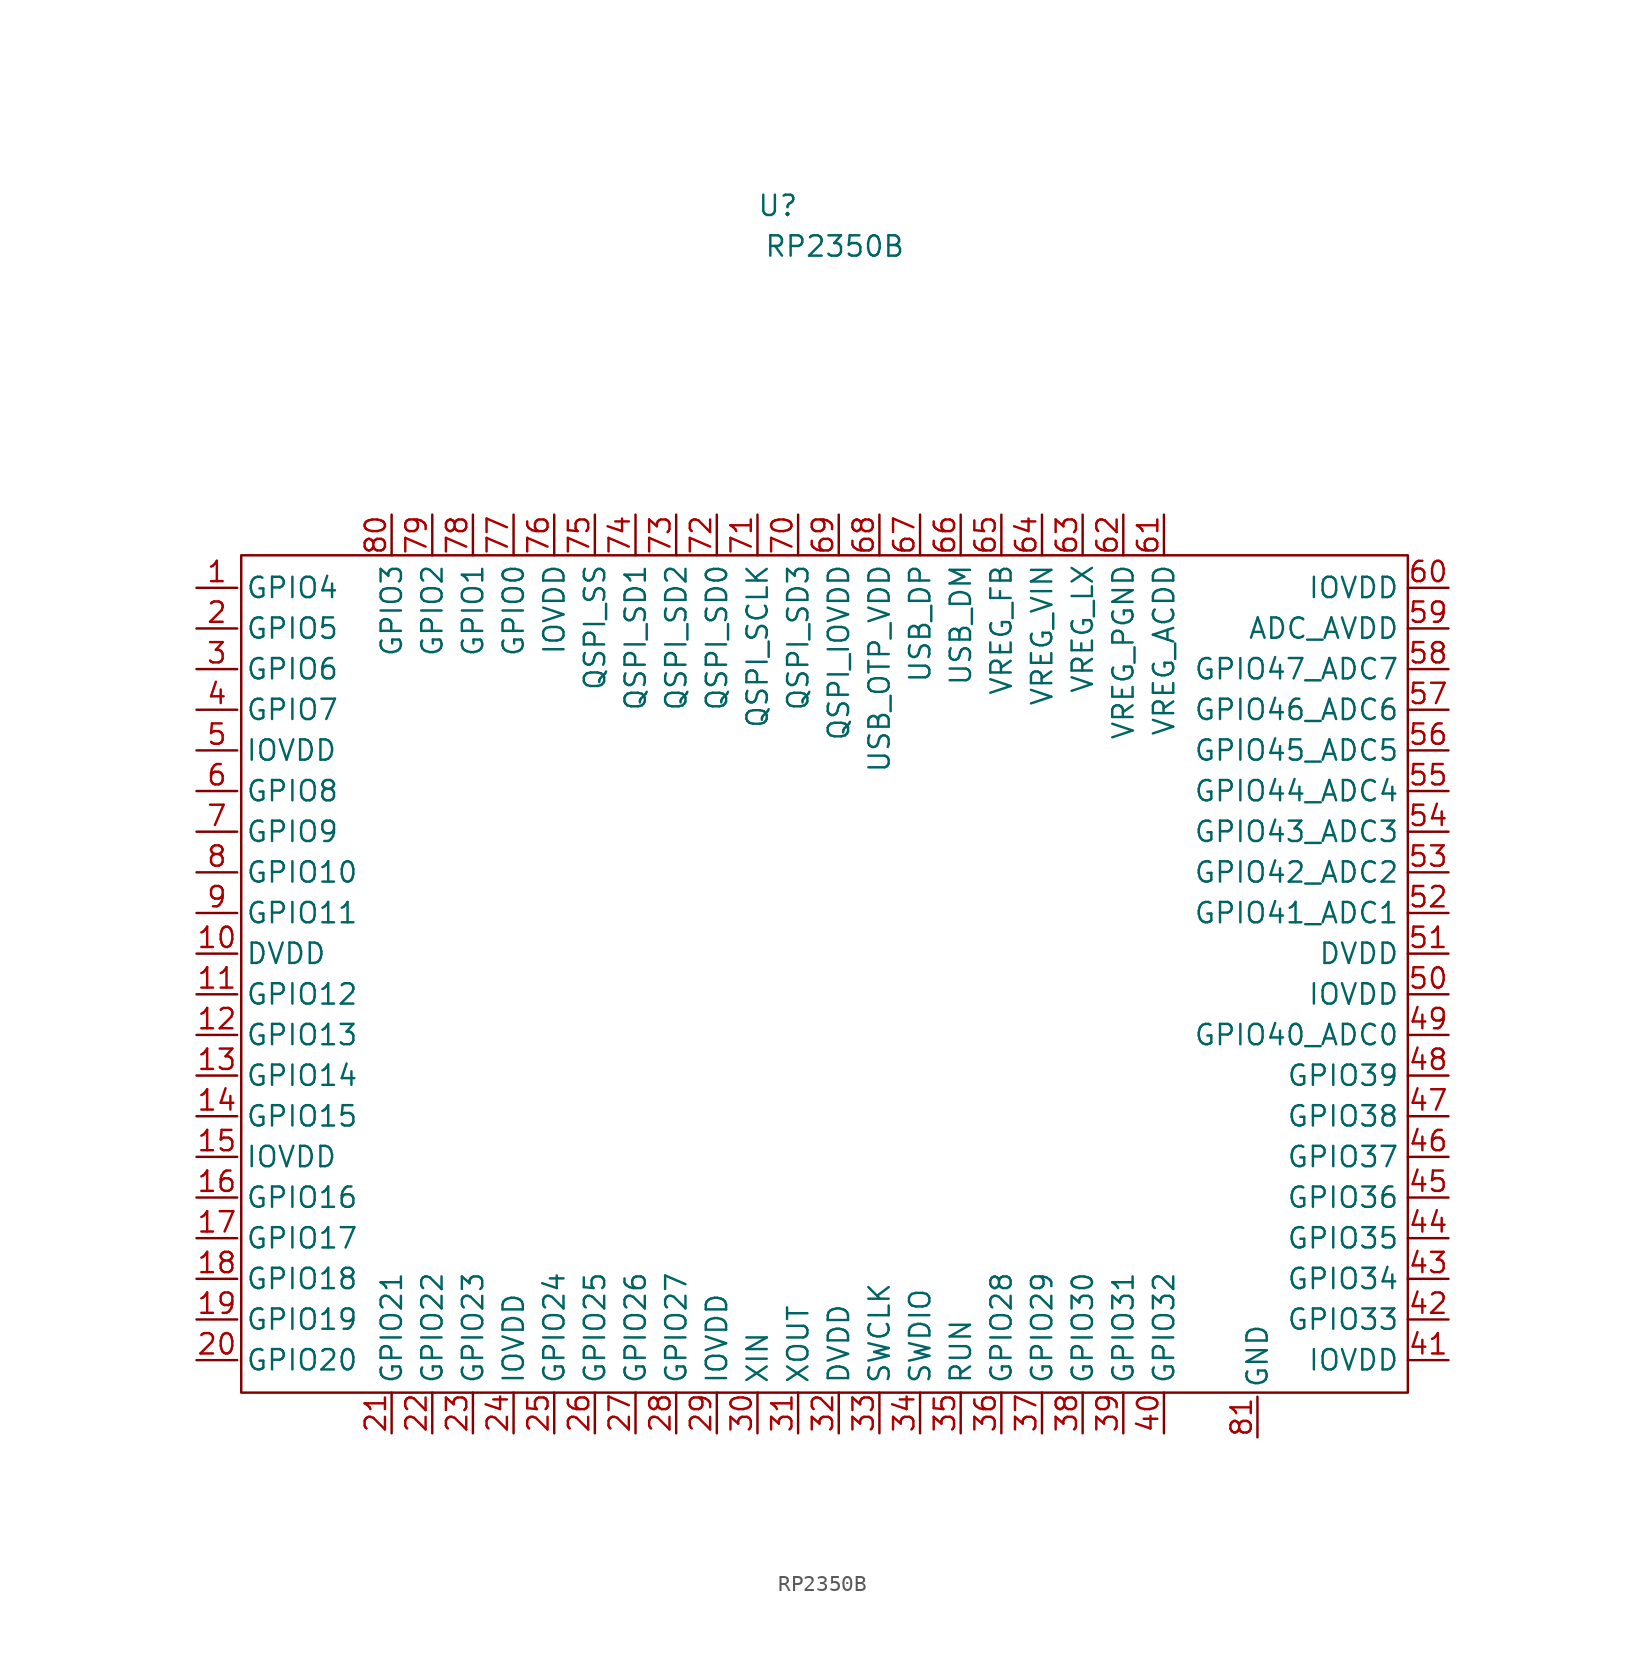
<source format=kicad_sym>
(kicad_symbol_lib
  (version 20231120)
  (generator "kicad_symbol_editor")
  (generator_version "8.0")
  (symbol "RP2350B"
    (property "Reference" "U"
      (at -2.032 45.212 0)
      (effects (font (size 1.27 1.27))))
    (property "Value" "RP2350B"
      (at 1.524 42.672 0)
      (effects (font (size 1.27 1.27))))
    (symbol "RP2350B_0_0"
      (pin bidirectional line (at -38.354 21.336 0) (length 2.54) (name "GPIO4" (effects (font (size 1.27 1.27)))) (number "1" (effects (font (size 1.27 1.27)))))
      (pin power_in line (at -38.354 -1.524 0) (length 2.54) (name "DVDD" (effects (font (size 1.27 1.27)))) (number "10" (effects (font (size 1.27 1.27)))))
      (pin bidirectional line (at -38.354 -4.064 0) (length 2.54) (name "GPIO12" (effects (font (size 1.27 1.27)))) (number "11" (effects (font (size 1.27 1.27)))))
      (pin bidirectional line (at -38.354 -6.604 0) (length 2.54) (name "GPIO13" (effects (font (size 1.27 1.27)))) (number "12" (effects (font (size 1.27 1.27)))))
      (pin bidirectional line (at -38.354 -9.144 0) (length 2.54) (name "GPIO14" (effects (font (size 1.27 1.27)))) (number "13" (effects (font (size 1.27 1.27)))))
      (pin bidirectional line (at -38.354 -11.684 0) (length 2.54) (name "GPIO15" (effects (font (size 1.27 1.27)))) (number "14" (effects (font (size 1.27 1.27)))))
      (pin power_in line (at -38.354 -14.224 0) (length 2.54) (name "IOVDD" (effects (font (size 1.27 1.27)))) (number "15" (effects (font (size 1.27 1.27)))))
      (pin bidirectional line (at -38.354 -16.764 0) (length 2.54) (name "GPIO16" (effects (font (size 1.27 1.27)))) (number "16" (effects (font (size 1.27 1.27)))))
      (pin bidirectional line (at -38.354 -19.304 0) (length 2.54) (name "GPIO17" (effects (font (size 1.27 1.27)))) (number "17" (effects (font (size 1.27 1.27)))))
      (pin bidirectional line (at -38.354 -21.844 0) (length 2.54) (name "GPIO18" (effects (font (size 1.27 1.27)))) (number "18" (effects (font (size 1.27 1.27)))))
      (pin bidirectional line (at -38.354 -24.384 0) (length 2.54) (name "GPIO19" (effects (font (size 1.27 1.27)))) (number "19" (effects (font (size 1.27 1.27)))))
      (pin bidirectional line (at -38.354 18.796 0) (length 2.54) (name "GPIO5" (effects (font (size 1.27 1.27)))) (number "2" (effects (font (size 1.27 1.27)))))
      (pin bidirectional line (at -38.354 -26.924 0) (length 2.54) (name "GPIO20" (effects (font (size 1.27 1.27)))) (number "20" (effects (font (size 1.27 1.27)))))
      (pin bidirectional line (at -26.162 -31.496 90) (length 2.54) (name "GPIO21" (effects (font (size 1.27 1.27)))) (number "21" (effects (font (size 1.27 1.27)))))
      (pin bidirectional line (at -23.622 -31.496 90) (length 2.54) (name "GPIO22" (effects (font (size 1.27 1.27)))) (number "22" (effects (font (size 1.27 1.27)))))
      (pin bidirectional line (at -21.082 -31.496 90) (length 2.54) (name "GPIO23" (effects (font (size 1.27 1.27)))) (number "23" (effects (font (size 1.27 1.27)))))
      (pin bidirectional line (at -16.002 -31.496 90) (length 2.54) (name "GPIO24" (effects (font (size 1.27 1.27)))) (number "25" (effects (font (size 1.27 1.27)))))
      (pin bidirectional line (at -13.462 -31.496 90) (length 2.54) (name "GPIO25" (effects (font (size 1.27 1.27)))) (number "26" (effects (font (size 1.27 1.27)))))
      (pin bidirectional line (at -10.922 -31.496 90) (length 2.54) (name "GPIO26" (effects (font (size 1.27 1.27)))) (number "27" (effects (font (size 1.27 1.27)))))
      (pin bidirectional line (at -8.382 -31.496 90) (length 2.54) (name "GPIO27" (effects (font (size 1.27 1.27)))) (number "28" (effects (font (size 1.27 1.27)))))
      (pin power_in line (at -5.842 -31.496 90) (length 2.54) (name "IOVDD" (effects (font (size 1.27 1.27)))) (number "29" (effects (font (size 1.27 1.27)))))
      (pin bidirectional line (at -38.354 16.256 0) (length 2.54) (name "GPIO6" (effects (font (size 1.27 1.27)))) (number "3" (effects (font (size 1.27 1.27)))))
      (pin input line (at -3.302 -31.496 90) (length 2.54) (name "XIN" (effects (font (size 1.27 1.27)))) (number "30" (effects (font (size 1.27 1.27)))))
      (pin output line (at -0.762 -31.496 90) (length 2.54) (name "XOUT" (effects (font (size 1.27 1.27)))) (number "31" (effects (font (size 1.27 1.27)))))
      (pin power_in line (at 1.778 -31.496 90) (length 2.54) (name "DVDD" (effects (font (size 1.27 1.27)))) (number "32" (effects (font (size 1.27 1.27)))))
      (pin bidirectional line (at 4.318 -31.496 90) (length 2.54) (name "SWCLK" (effects (font (size 1.27 1.27)))) (number "33" (effects (font (size 1.27 1.27)))))
      (pin bidirectional line (at 6.858 -31.496 90) (length 2.54) (name "SWDIO" (effects (font (size 1.27 1.27)))) (number "34" (effects (font (size 1.27 1.27)))))
      (pin passive line (at 9.398 -31.496 90) (length 2.54) (name "RUN" (effects (font (size 1.27 1.27)))) (number "35" (effects (font (size 1.27 1.27)))))
      (pin bidirectional line (at 11.938 -31.496 90) (length 2.54) (name "GPIO28" (effects (font (size 1.27 1.27)))) (number "36" (effects (font (size 1.27 1.27)))))
      (pin bidirectional line (at 14.478 -31.496 90) (length 2.54) (name "GPIO29" (effects (font (size 1.27 1.27)))) (number "37" (effects (font (size 1.27 1.27)))))
      (pin bidirectional line (at 17.018 -31.496 90) (length 2.54) (name "GPIO30" (effects (font (size 1.27 1.27)))) (number "38" (effects (font (size 1.27 1.27)))))
      (pin bidirectional line (at 19.558 -31.496 90) (length 2.54) (name "GPIO31" (effects (font (size 1.27 1.27)))) (number "39" (effects (font (size 1.27 1.27)))))
      (pin bidirectional line (at -38.354 13.716 0) (length 2.54) (name "GPIO7" (effects (font (size 1.27 1.27)))) (number "4" (effects (font (size 1.27 1.27)))))
      (pin bidirectional line (at 22.098 -31.496 90) (length 2.54) (name "GPIO32" (effects (font (size 1.27 1.27)))) (number "40" (effects (font (size 1.27 1.27)))))
      (pin power_in line (at 39.878 -26.924 180) (length 2.54) (name "IOVDD" (effects (font (size 1.27 1.27)))) (number "41" (effects (font (size 1.27 1.27)))))
      (pin bidirectional line (at 39.878 -24.384 180) (length 2.54) (name "GPIO33" (effects (font (size 1.27 1.27)))) (number "42" (effects (font (size 1.27 1.27)))))
      (pin bidirectional line (at 39.878 -21.844 180) (length 2.54) (name "GPIO34" (effects (font (size 1.27 1.27)))) (number "43" (effects (font (size 1.27 1.27)))))
      (pin bidirectional line (at 39.878 -19.304 180) (length 2.54) (name "GPIO35" (effects (font (size 1.27 1.27)))) (number "44" (effects (font (size 1.27 1.27)))))
      (pin bidirectional line (at 39.878 -16.764 180) (length 2.54) (name "GPIO36" (effects (font (size 1.27 1.27)))) (number "45" (effects (font (size 1.27 1.27)))))
      (pin bidirectional line (at 39.878 -14.224 180) (length 2.54) (name "GPIO37" (effects (font (size 1.27 1.27)))) (number "46" (effects (font (size 1.27 1.27)))))
      (pin bidirectional line (at 39.878 -11.684 180) (length 2.54) (name "GPIO38" (effects (font (size 1.27 1.27)))) (number "47" (effects (font (size 1.27 1.27)))))
      (pin bidirectional line (at 39.878 -9.144 180) (length 2.54) (name "GPIO39" (effects (font (size 1.27 1.27)))) (number "48" (effects (font (size 1.27 1.27)))))
      (pin bidirectional line (at 39.878 -6.604 180) (length 2.54) (name "GPIO40_ADC0" (effects (font (size 1.27 1.27)))) (number "49" (effects (font (size 1.27 1.27)))))
      (pin power_in line (at -38.354 11.176 0) (length 2.54) (name "IOVDD" (effects (font (size 1.27 1.27)))) (number "5" (effects (font (size 1.27 1.27)))))
      (pin power_in line (at 39.878 -4.064 180) (length 2.54) (name "IOVDD" (effects (font (size 1.27 1.27)))) (number "50" (effects (font (size 1.27 1.27)))))
      (pin power_in line (at 39.878 -1.524 180) (length 2.54) (name "DVDD" (effects (font (size 1.27 1.27)))) (number "51" (effects (font (size 1.27 1.27)))))
      (pin bidirectional line (at 39.878 1.016 180) (length 2.54) (name "GPIO41_ADC1" (effects (font (size 1.27 1.27)))) (number "52" (effects (font (size 1.27 1.27)))))
      (pin bidirectional line (at 39.878 3.556 180) (length 2.54) (name "GPIO42_ADC2" (effects (font (size 1.27 1.27)))) (number "53" (effects (font (size 1.27 1.27)))))
      (pin bidirectional line (at 39.878 6.096 180) (length 2.54) (name "GPIO43_ADC3" (effects (font (size 1.27 1.27)))) (number "54" (effects (font (size 1.27 1.27)))))
      (pin bidirectional line (at 39.878 8.636 180) (length 2.54) (name "GPIO44_ADC4" (effects (font (size 1.27 1.27)))) (number "55" (effects (font (size 1.27 1.27)))))
      (pin bidirectional line (at 39.878 11.176 180) (length 2.54) (name "GPIO45_ADC5" (effects (font (size 1.27 1.27)))) (number "56" (effects (font (size 1.27 1.27)))))
      (pin bidirectional line (at 39.878 13.716 180) (length 2.54) (name "GPIO46_ADC6" (effects (font (size 1.27 1.27)))) (number "57" (effects (font (size 1.27 1.27)))))
      (pin bidirectional line (at 39.878 16.256 180) (length 2.54) (name "GPIO47_ADC7" (effects (font (size 1.27 1.27)))) (number "58" (effects (font (size 1.27 1.27)))))
      (pin power_in line (at 39.878 18.796 180) (length 2.54) (name "ADC_AVDD" (effects (font (size 1.27 1.27)))) (number "59" (effects (font (size 1.27 1.27)))))
      (pin bidirectional line (at -38.354 8.636 0) (length 2.54) (name "GPIO8" (effects (font (size 1.27 1.27)))) (number "6" (effects (font (size 1.27 1.27)))))
      (pin power_in line (at 39.878 21.336 180) (length 2.54) (name "IOVDD" (effects (font (size 1.27 1.27)))) (number "60" (effects (font (size 1.27 1.27)))))
      (pin power_in line (at 22.098 25.908 270) (length 2.54) (name "VREG_ACDD" (effects (font (size 1.27 1.27)))) (number "61" (effects (font (size 1.27 1.27)))))
      (pin bidirectional line (at -38.354 6.096 0) (length 2.54) (name "GPIO9" (effects (font (size 1.27 1.27)))) (number "7" (effects (font (size 1.27 1.27)))))
      (pin bidirectional line (at -38.354 3.556 0) (length 2.54) (name "GPIO10" (effects (font (size 1.27 1.27)))) (number "8" (effects (font (size 1.27 1.27)))))
      (pin bidirectional line (at -38.354 1.016 0) (length 2.54) (name "GPIO11" (effects (font (size 1.27 1.27)))) (number "9" (effects (font (size 1.27 1.27))))))
    (symbol "RP2350B_0_1"
      (rectangle (start -35.56 23.368) (end 37.338 -28.956) (stroke (width 0) (type default)) (fill (type none))))
    (symbol "RP2350B_1_0"
      (pin power_in line (at -18.542 -31.496 90) (length 2.54) (name "IOVDD" (effects (font (size 1.27 1.27)))) (number "24" (effects (font (size 1.27 1.27)))))
      (pin power_in line (at 19.558 25.908 270) (length 2.54) (name "VREG_PGND" (effects (font (size 1.27 1.27)))) (number "62" (effects (font (size 1.27 1.27)))))
      (pin power_in line (at 17.018 25.908 270) (length 2.54) (name "VREG_LX" (effects (font (size 1.27 1.27)))) (number "63" (effects (font (size 1.27 1.27)))))
      (pin power_in line (at 14.478 25.908 270) (length 2.54) (name "VREG_VIN" (effects (font (size 1.27 1.27)))) (number "64" (effects (font (size 1.27 1.27)))))
      (pin power_in line (at 11.938 25.908 270) (length 2.54) (name "VREG_FB" (effects (font (size 1.27 1.27)))) (number "65" (effects (font (size 1.27 1.27)))))
      (pin bidirectional line (at 9.398 25.908 270) (length 2.54) (name "USB_DM" (effects (font (size 1.27 1.27)))) (number "66" (effects (font (size 1.27 1.27)))))
      (pin bidirectional line (at 6.858 25.908 270) (length 2.54) (name "USB_DP" (effects (font (size 1.27 1.27)))) (number "67" (effects (font (size 1.27 1.27)))))
      (pin power_in line (at 4.318 25.908 270) (length 2.54) (name "USB_OTP_VDD" (effects (font (size 1.27 1.27)))) (number "68" (effects (font (size 1.27 1.27)))))
      (pin bidirectional line (at 1.778 25.908 270) (length 2.54) (name "QSPI_IOVDD" (effects (font (size 1.27 1.27)))) (number "69" (effects (font (size 1.27 1.27)))))
      (pin bidirectional line (at -0.762 25.908 270) (length 2.54) (name "QSPI_SD3" (effects (font (size 1.27 1.27)))) (number "70" (effects (font (size 1.27 1.27)))))
      (pin bidirectional line (at -3.302 25.908 270) (length 2.54) (name "QSPI_SCLK" (effects (font (size 1.27 1.27)))) (number "71" (effects (font (size 1.27 1.27)))))
      (pin bidirectional line (at -5.842 25.908 270) (length 2.54) (name "QSPI_SD0" (effects (font (size 1.27 1.27)))) (number "72" (effects (font (size 1.27 1.27)))))
      (pin bidirectional line (at -8.382 25.908 270) (length 2.54) (name "QSPI_SD2" (effects (font (size 1.27 1.27)))) (number "73" (effects (font (size 1.27 1.27)))))
      (pin bidirectional line (at -10.922 25.908 270) (length 2.54) (name "QSPI_SD1" (effects (font (size 1.27 1.27)))) (number "74" (effects (font (size 1.27 1.27)))))
      (pin bidirectional line (at -13.462 25.908 270) (length 2.54) (name "QSPI_SS" (effects (font (size 1.27 1.27)))) (number "75" (effects (font (size 1.27 1.27)))))
      (pin power_in line (at -16.002 25.908 270) (length 2.54) (name "IOVDD" (effects (font (size 1.27 1.27)))) (number "76" (effects (font (size 1.27 1.27)))))
      (pin bidirectional line (at -18.542 25.908 270) (length 2.54) (name "GPIO0" (effects (font (size 1.27 1.27)))) (number "77" (effects (font (size 1.27 1.27)))))
      (pin bidirectional line (at -21.082 25.908 270) (length 2.54) (name "GPIO1" (effects (font (size 1.27 1.27)))) (number "78" (effects (font (size 1.27 1.27)))))
      (pin bidirectional line (at -23.622 25.908 270) (length 2.54) (name "GPIO2" (effects (font (size 1.27 1.27)))) (number "79" (effects (font (size 1.27 1.27)))))
      (pin bidirectional line (at -26.162 25.908 270) (length 2.54) (name "GPIO3" (effects (font (size 1.27 1.27)))) (number "80" (effects (font (size 1.27 1.27)))))
      (pin power_in line (at 27.94 -31.75 90) (length 2.54) (name "GND" (effects (font (size 1.27 1.27)))) (number "81" (effects (font (size 1.27 1.27))))))))
</source>
